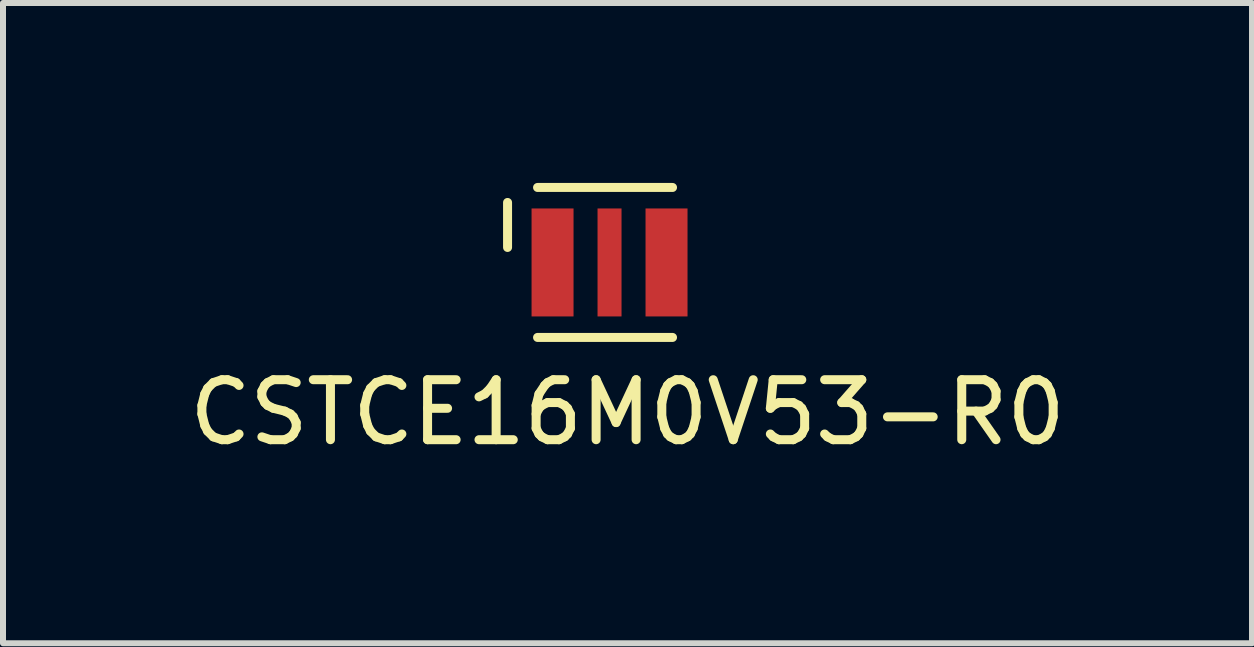
<source format=kicad_pcb>
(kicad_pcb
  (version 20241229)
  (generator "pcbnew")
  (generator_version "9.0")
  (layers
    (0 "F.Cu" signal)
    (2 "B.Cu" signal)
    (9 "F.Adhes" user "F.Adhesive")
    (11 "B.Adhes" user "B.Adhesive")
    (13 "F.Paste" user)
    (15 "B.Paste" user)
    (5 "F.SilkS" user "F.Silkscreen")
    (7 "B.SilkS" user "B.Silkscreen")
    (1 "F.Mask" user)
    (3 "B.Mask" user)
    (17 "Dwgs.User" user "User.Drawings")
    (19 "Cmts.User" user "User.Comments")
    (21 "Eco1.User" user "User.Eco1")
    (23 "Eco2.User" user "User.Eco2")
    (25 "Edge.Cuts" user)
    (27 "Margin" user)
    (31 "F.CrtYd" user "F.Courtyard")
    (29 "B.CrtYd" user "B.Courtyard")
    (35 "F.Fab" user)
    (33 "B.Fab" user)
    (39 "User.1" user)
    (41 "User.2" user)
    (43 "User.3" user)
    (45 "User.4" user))
  (footprint "CSTCE16M0V53-R0"
    (layer "F.Cu")
    (at 6.161 1.325)
    (property "Reference" "CSTCE16M0V53-R0" (at 1.25 2.5 0) (layer "F.SilkS") (effects (font (size 1 1) (thickness 0.15))))
    (attr smd)
    (fp_line (start -0.75 -1) (end -0.75 -0.25) (stroke (width 0.15) (type solid)) (layer "F.SilkS"))
    (fp_line (start -0.25 -1.25) (end 2 -1.25) (stroke (width 0.15) (type solid)) (layer "F.SilkS"))
    (fp_line (start -0.25 1.25) (end 2 1.25) (stroke (width 0.15) (type solid)) (layer "F.SilkS"))
    (pad "1" smd rect (at 0 0) (size 0.7 1.8) (layers "F.Cu" "F.Mask" "F.Paste"))
    (pad "2" smd rect (at 0.95 0) (size 0.4 1.8) (layers "F.Cu" "F.Mask" "F.Paste"))
    (pad "3" smd rect (at 1.9 0) (size 0.7 1.8) (layers "F.Cu" "F.Mask" "F.Paste")))
  (gr_rect
    (start -3 -3)
    (end 17.821 7.673)
    (stroke (width 0.1) (type default))
    (fill no)
    (layer "Edge.Cuts")))
</source>
